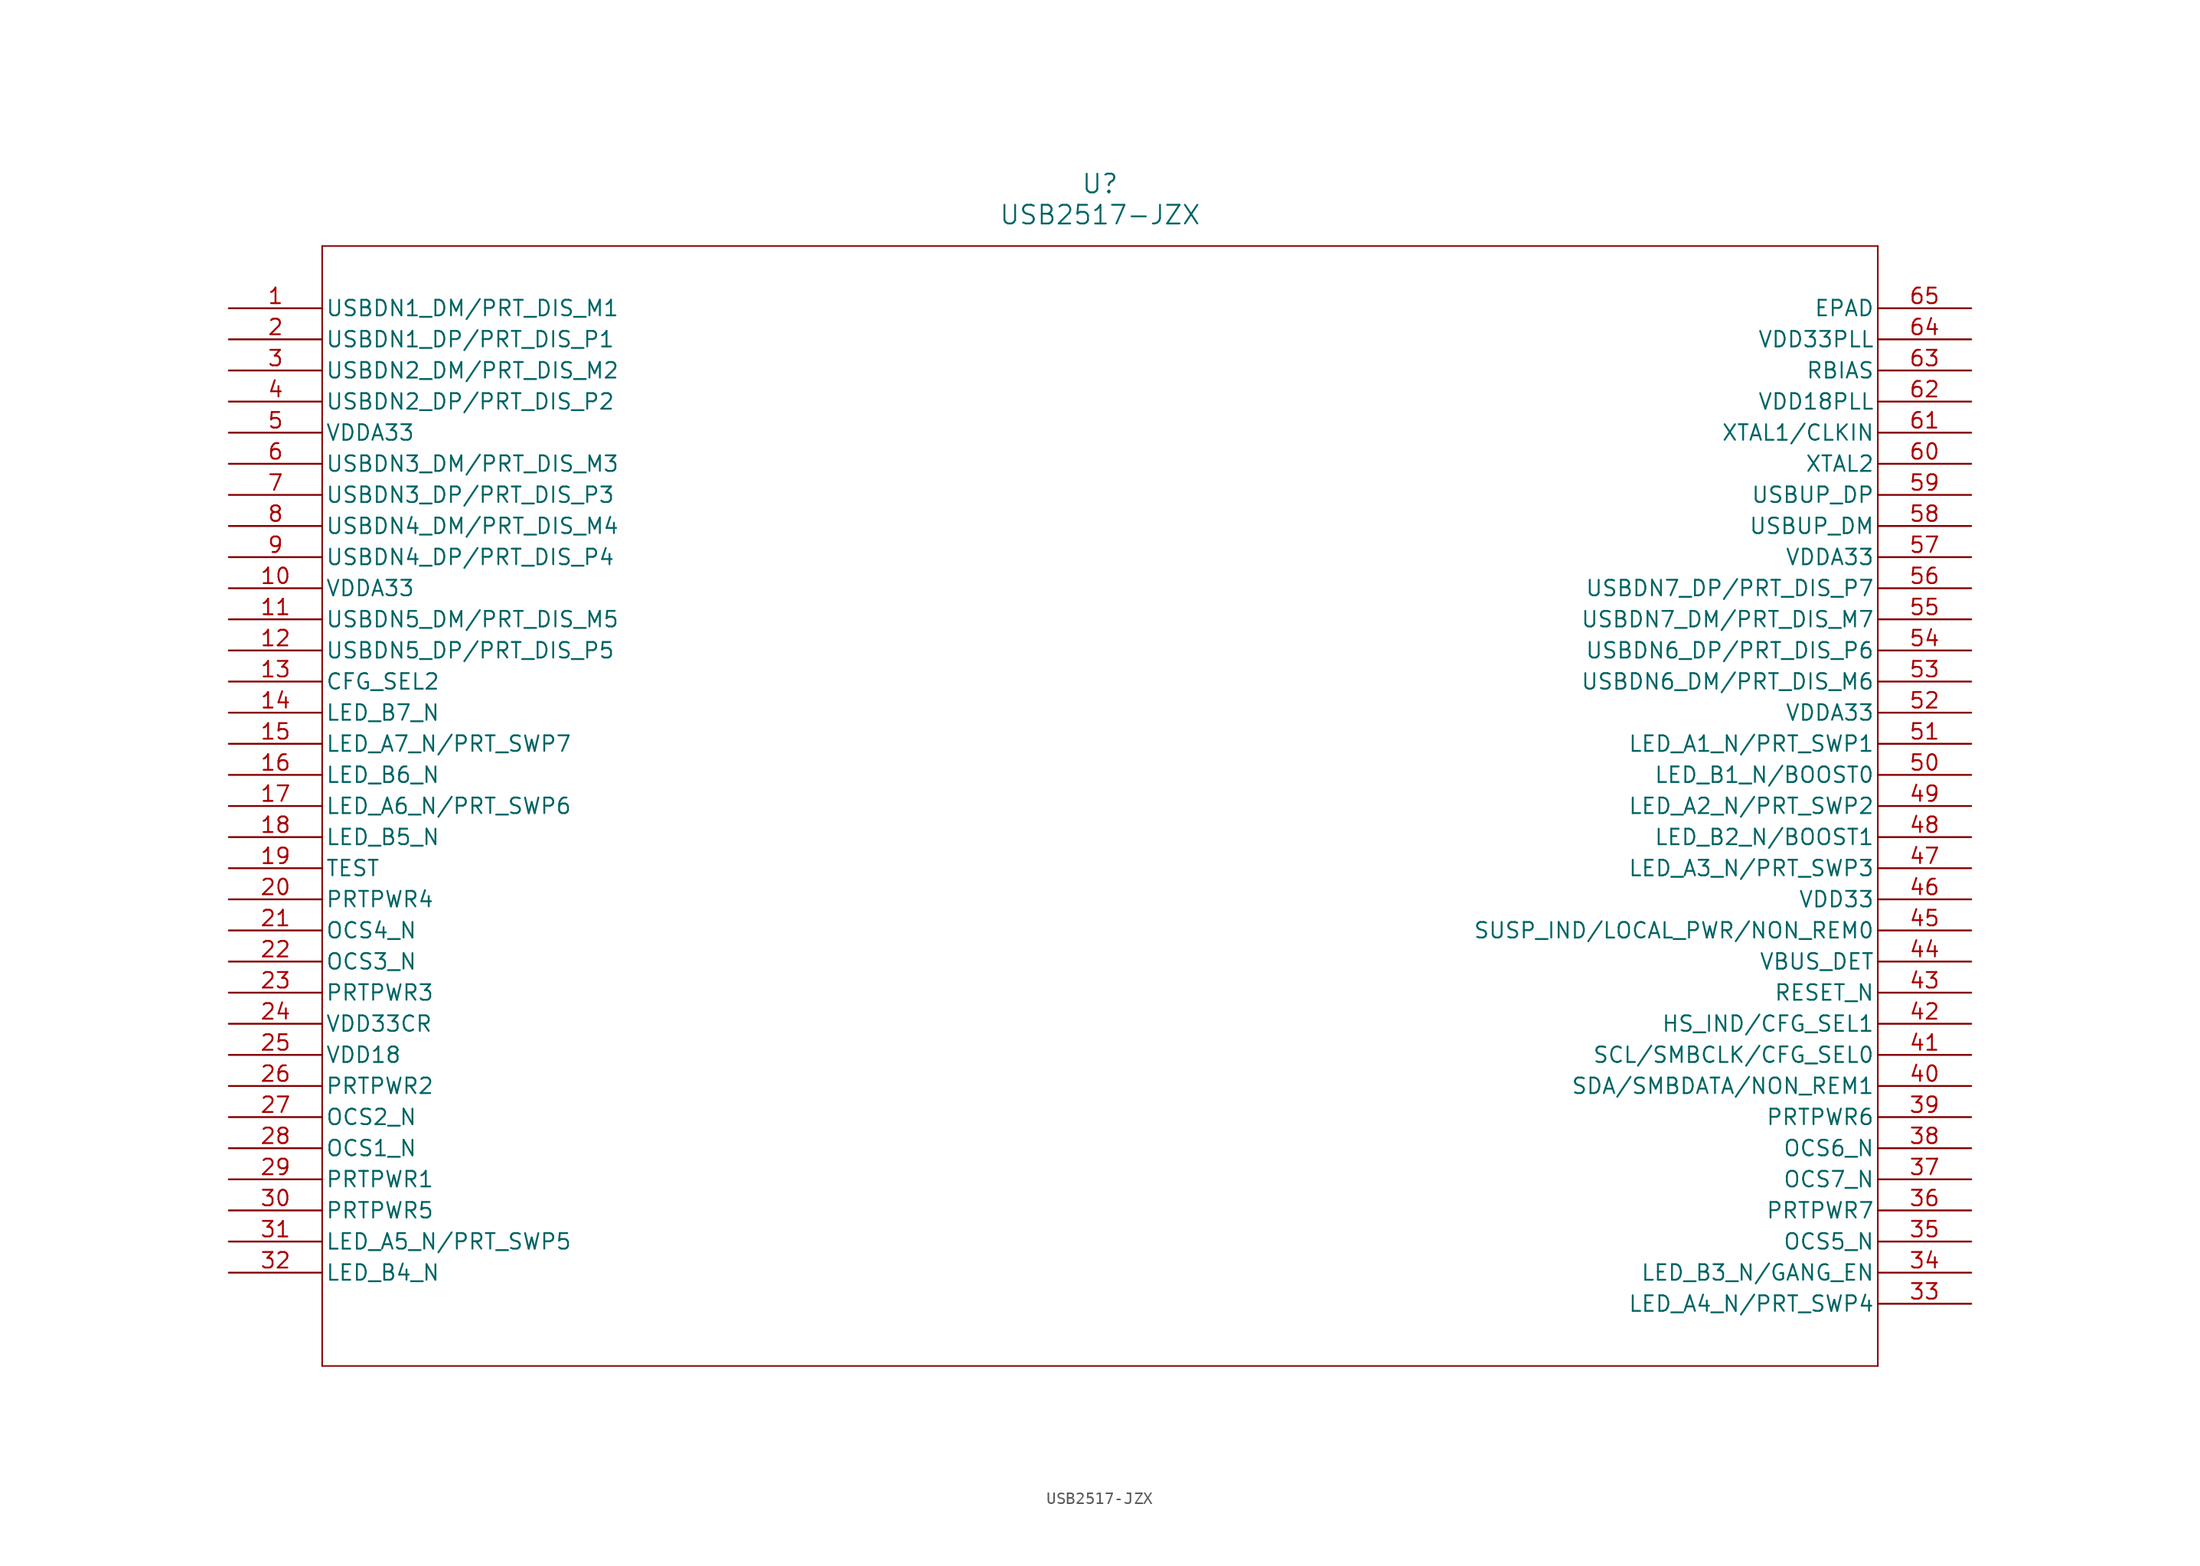
<source format=kicad_sym>
(kicad_symbol_lib
  (version 20220914)
  (generator kicad_symbol_editor)
  (symbol "USB2517-JZX"
    (pin_names
      (offset 0.254))
    (property "Reference" "U"
      (at 71.12 10.16 0)
      (effects (font (size 1.524 1.524))))
    (property "Value" "USB2517-JZX"
      (at 71.12 7.62 0)
      (effects (font (size 1.524 1.524))))
    (property "ki_locked" ""
      (at 0 0 0)
      (effects (font (size 1.27 1.27))))
    (symbol "USB2517-JZX_0_1"
      (polyline (pts (xy 7.62 -86.36) (xy 134.62 -86.36)) (stroke (width 0.127) (type default)) (fill (type none)))
      (polyline (pts (xy 7.62 5.08) (xy 7.62 -86.36)) (stroke (width 0.127) (type default)) (fill (type none)))
      (polyline (pts (xy 134.62 -86.36) (xy 134.62 5.08)) (stroke (width 0.127) (type default)) (fill (type none)))
      (polyline (pts (xy 134.62 5.08) (xy 7.62 5.08)) (stroke (width 0.127) (type default)) (fill (type none)))
      (pin bidirectional line (at 0 0 0) (length 7.62) (name "USBDN1_DM/PRT_DIS_M1" (effects (font (size 1.27 1.27)))) (number "1" (effects (font (size 1.27 1.27)))))
      (pin power_in line (at 0 -22.86 0) (length 7.62) (name "VDDA33" (effects (font (size 1.27 1.27)))) (number "10" (effects (font (size 1.27 1.27)))))
      (pin bidirectional line (at 0 -25.4 0) (length 7.62) (name "USBDN5_DM/PRT_DIS_M5" (effects (font (size 1.27 1.27)))) (number "11" (effects (font (size 1.27 1.27)))))
      (pin bidirectional line (at 0 -27.94 0) (length 7.62) (name "USBDN5_DP/PRT_DIS_P5" (effects (font (size 1.27 1.27)))) (number "12" (effects (font (size 1.27 1.27)))))
      (pin bidirectional line (at 0 -30.48 0) (length 7.62) (name "CFG_SEL2" (effects (font (size 1.27 1.27)))) (number "13" (effects (font (size 1.27 1.27)))))
      (pin bidirectional line (at 0 -33.02 0) (length 7.62) (name "LED_B7_N" (effects (font (size 1.27 1.27)))) (number "14" (effects (font (size 1.27 1.27)))))
      (pin bidirectional line (at 0 -35.56 0) (length 7.62) (name "LED_A7_N/PRT_SWP7" (effects (font (size 1.27 1.27)))) (number "15" (effects (font (size 1.27 1.27)))))
      (pin bidirectional line (at 0 -38.1 0) (length 7.62) (name "LED_B6_N" (effects (font (size 1.27 1.27)))) (number "16" (effects (font (size 1.27 1.27)))))
      (pin bidirectional line (at 0 -40.64 0) (length 7.62) (name "LED_A6_N/PRT_SWP6" (effects (font (size 1.27 1.27)))) (number "17" (effects (font (size 1.27 1.27)))))
      (pin bidirectional line (at 0 -43.18 0) (length 7.62) (name "LED_B5_N" (effects (font (size 1.27 1.27)))) (number "18" (effects (font (size 1.27 1.27)))))
      (pin bidirectional line (at 0 -45.72 0) (length 7.62) (name "TEST" (effects (font (size 1.27 1.27)))) (number "19" (effects (font (size 1.27 1.27)))))
      (pin bidirectional line (at 0 -2.54 0) (length 7.62) (name "USBDN1_DP/PRT_DIS_P1" (effects (font (size 1.27 1.27)))) (number "2" (effects (font (size 1.27 1.27)))))
      (pin bidirectional line (at 0 -48.26 0) (length 7.62) (name "PRTPWR4" (effects (font (size 1.27 1.27)))) (number "20" (effects (font (size 1.27 1.27)))))
      (pin bidirectional line (at 0 -50.8 0) (length 7.62) (name "OCS4_N" (effects (font (size 1.27 1.27)))) (number "21" (effects (font (size 1.27 1.27)))))
      (pin bidirectional line (at 0 -53.34 0) (length 7.62) (name "OCS3_N" (effects (font (size 1.27 1.27)))) (number "22" (effects (font (size 1.27 1.27)))))
      (pin bidirectional line (at 0 -55.88 0) (length 7.62) (name "PRTPWR3" (effects (font (size 1.27 1.27)))) (number "23" (effects (font (size 1.27 1.27)))))
      (pin power_in line (at 0 -58.42 0) (length 7.62) (name "VDD33CR" (effects (font (size 1.27 1.27)))) (number "24" (effects (font (size 1.27 1.27)))))
      (pin power_in line (at 0 -60.96 0) (length 7.62) (name "VDD18" (effects (font (size 1.27 1.27)))) (number "25" (effects (font (size 1.27 1.27)))))
      (pin bidirectional line (at 0 -63.5 0) (length 7.62) (name "PRTPWR2" (effects (font (size 1.27 1.27)))) (number "26" (effects (font (size 1.27 1.27)))))
      (pin bidirectional line (at 0 -66.04 0) (length 7.62) (name "OCS2_N" (effects (font (size 1.27 1.27)))) (number "27" (effects (font (size 1.27 1.27)))))
      (pin bidirectional line (at 0 -68.58 0) (length 7.62) (name "OCS1_N" (effects (font (size 1.27 1.27)))) (number "28" (effects (font (size 1.27 1.27)))))
      (pin bidirectional line (at 0 -71.12 0) (length 7.62) (name "PRTPWR1" (effects (font (size 1.27 1.27)))) (number "29" (effects (font (size 1.27 1.27)))))
      (pin bidirectional line (at 0 -5.08 0) (length 7.62) (name "USBDN2_DM/PRT_DIS_M2" (effects (font (size 1.27 1.27)))) (number "3" (effects (font (size 1.27 1.27)))))
      (pin bidirectional line (at 0 -73.66 0) (length 7.62) (name "PRTPWR5" (effects (font (size 1.27 1.27)))) (number "30" (effects (font (size 1.27 1.27)))))
      (pin bidirectional line (at 0 -76.2 0) (length 7.62) (name "LED_A5_N/PRT_SWP5" (effects (font (size 1.27 1.27)))) (number "31" (effects (font (size 1.27 1.27)))))
      (pin bidirectional line (at 0 -78.74 0) (length 7.62) (name "LED_B4_N" (effects (font (size 1.27 1.27)))) (number "32" (effects (font (size 1.27 1.27)))))
      (pin bidirectional line (at 142.24 -81.28 180) (length 7.62) (name "LED_A4_N/PRT_SWP4" (effects (font (size 1.27 1.27)))) (number "33" (effects (font (size 1.27 1.27)))))
      (pin bidirectional line (at 142.24 -78.74 180) (length 7.62) (name "LED_B3_N/GANG_EN" (effects (font (size 1.27 1.27)))) (number "34" (effects (font (size 1.27 1.27)))))
      (pin bidirectional line (at 142.24 -76.2 180) (length 7.62) (name "OCS5_N" (effects (font (size 1.27 1.27)))) (number "35" (effects (font (size 1.27 1.27)))))
      (pin bidirectional line (at 142.24 -73.66 180) (length 7.62) (name "PRTPWR7" (effects (font (size 1.27 1.27)))) (number "36" (effects (font (size 1.27 1.27)))))
      (pin bidirectional line (at 142.24 -71.12 180) (length 7.62) (name "OCS7_N" (effects (font (size 1.27 1.27)))) (number "37" (effects (font (size 1.27 1.27)))))
      (pin bidirectional line (at 142.24 -68.58 180) (length 7.62) (name "OCS6_N" (effects (font (size 1.27 1.27)))) (number "38" (effects (font (size 1.27 1.27)))))
      (pin bidirectional line (at 142.24 -66.04 180) (length 7.62) (name "PRTPWR6" (effects (font (size 1.27 1.27)))) (number "39" (effects (font (size 1.27 1.27)))))
      (pin bidirectional line (at 0 -7.62 0) (length 7.62) (name "USBDN2_DP/PRT_DIS_P2" (effects (font (size 1.27 1.27)))) (number "4" (effects (font (size 1.27 1.27)))))
      (pin bidirectional line (at 142.24 -63.5 180) (length 7.62) (name "SDA/SMBDATA/NON_REM1" (effects (font (size 1.27 1.27)))) (number "40" (effects (font (size 1.27 1.27)))))
      (pin bidirectional line (at 142.24 -60.96 180) (length 7.62) (name "SCL/SMBCLK/CFG_SEL0" (effects (font (size 1.27 1.27)))) (number "41" (effects (font (size 1.27 1.27)))))
      (pin bidirectional line (at 142.24 -58.42 180) (length 7.62) (name "HS_IND/CFG_SEL1" (effects (font (size 1.27 1.27)))) (number "42" (effects (font (size 1.27 1.27)))))
      (pin bidirectional line (at 142.24 -55.88 180) (length 7.62) (name "RESET_N" (effects (font (size 1.27 1.27)))) (number "43" (effects (font (size 1.27 1.27)))))
      (pin bidirectional line (at 142.24 -53.34 180) (length 7.62) (name "VBUS_DET" (effects (font (size 1.27 1.27)))) (number "44" (effects (font (size 1.27 1.27)))))
      (pin bidirectional line (at 142.24 -50.8 180) (length 7.62) (name "SUSP_IND/LOCAL_PWR/NON_REM0" (effects (font (size 1.27 1.27)))) (number "45" (effects (font (size 1.27 1.27)))))
      (pin power_in line (at 142.24 -48.26 180) (length 7.62) (name "VDD33" (effects (font (size 1.27 1.27)))) (number "46" (effects (font (size 1.27 1.27)))))
      (pin bidirectional line (at 142.24 -45.72 180) (length 7.62) (name "LED_A3_N/PRT_SWP3" (effects (font (size 1.27 1.27)))) (number "47" (effects (font (size 1.27 1.27)))))
      (pin bidirectional line (at 142.24 -43.18 180) (length 7.62) (name "LED_B2_N/BOOST1" (effects (font (size 1.27 1.27)))) (number "48" (effects (font (size 1.27 1.27)))))
      (pin bidirectional line (at 142.24 -40.64 180) (length 7.62) (name "LED_A2_N/PRT_SWP2" (effects (font (size 1.27 1.27)))) (number "49" (effects (font (size 1.27 1.27)))))
      (pin power_in line (at 0 -10.16 0) (length 7.62) (name "VDDA33" (effects (font (size 1.27 1.27)))) (number "5" (effects (font (size 1.27 1.27)))))
      (pin bidirectional line (at 142.24 -38.1 180) (length 7.62) (name "LED_B1_N/BOOST0" (effects (font (size 1.27 1.27)))) (number "50" (effects (font (size 1.27 1.27)))))
      (pin bidirectional line (at 142.24 -35.56 180) (length 7.62) (name "LED_A1_N/PRT_SWP1" (effects (font (size 1.27 1.27)))) (number "51" (effects (font (size 1.27 1.27)))))
      (pin power_in line (at 142.24 -33.02 180) (length 7.62) (name "VDDA33" (effects (font (size 1.27 1.27)))) (number "52" (effects (font (size 1.27 1.27)))))
      (pin bidirectional line (at 142.24 -30.48 180) (length 7.62) (name "USBDN6_DM/PRT_DIS_M6" (effects (font (size 1.27 1.27)))) (number "53" (effects (font (size 1.27 1.27)))))
      (pin bidirectional line (at 142.24 -27.94 180) (length 7.62) (name "USBDN6_DP/PRT_DIS_P6" (effects (font (size 1.27 1.27)))) (number "54" (effects (font (size 1.27 1.27)))))
      (pin bidirectional line (at 142.24 -25.4 180) (length 7.62) (name "USBDN7_DM/PRT_DIS_M7" (effects (font (size 1.27 1.27)))) (number "55" (effects (font (size 1.27 1.27)))))
      (pin bidirectional line (at 142.24 -22.86 180) (length 7.62) (name "USBDN7_DP/PRT_DIS_P7" (effects (font (size 1.27 1.27)))) (number "56" (effects (font (size 1.27 1.27)))))
      (pin power_in line (at 142.24 -20.32 180) (length 7.62) (name "VDDA33" (effects (font (size 1.27 1.27)))) (number "57" (effects (font (size 1.27 1.27)))))
      (pin bidirectional line (at 142.24 -17.78 180) (length 7.62) (name "USBUP_DM" (effects (font (size 1.27 1.27)))) (number "58" (effects (font (size 1.27 1.27)))))
      (pin bidirectional line (at 142.24 -15.24 180) (length 7.62) (name "USBUP_DP" (effects (font (size 1.27 1.27)))) (number "59" (effects (font (size 1.27 1.27)))))
      (pin bidirectional line (at 0 -12.7 0) (length 7.62) (name "USBDN3_DM/PRT_DIS_M3" (effects (font (size 1.27 1.27)))) (number "6" (effects (font (size 1.27 1.27)))))
      (pin bidirectional line (at 142.24 -12.7 180) (length 7.62) (name "XTAL2" (effects (font (size 1.27 1.27)))) (number "60" (effects (font (size 1.27 1.27)))))
      (pin bidirectional line (at 142.24 -10.16 180) (length 7.62) (name "XTAL1/CLKIN" (effects (font (size 1.27 1.27)))) (number "61" (effects (font (size 1.27 1.27)))))
      (pin power_in line (at 142.24 -7.62 180) (length 7.62) (name "VDD18PLL" (effects (font (size 1.27 1.27)))) (number "62" (effects (font (size 1.27 1.27)))))
      (pin bidirectional line (at 142.24 -5.08 180) (length 7.62) (name "RBIAS" (effects (font (size 1.27 1.27)))) (number "63" (effects (font (size 1.27 1.27)))))
      (pin power_in line (at 142.24 -2.54 180) (length 7.62) (name "VDD33PLL" (effects (font (size 1.27 1.27)))) (number "64" (effects (font (size 1.27 1.27)))))
      (pin unspecified line (at 142.24 0 180) (length 7.62) (name "EPAD" (effects (font (size 1.27 1.27)))) (number "65" (effects (font (size 1.27 1.27)))))
      (pin bidirectional line (at 0 -15.24 0) (length 7.62) (name "USBDN3_DP/PRT_DIS_P3" (effects (font (size 1.27 1.27)))) (number "7" (effects (font (size 1.27 1.27)))))
      (pin bidirectional line (at 0 -17.78 0) (length 7.62) (name "USBDN4_DM/PRT_DIS_M4" (effects (font (size 1.27 1.27)))) (number "8" (effects (font (size 1.27 1.27)))))
      (pin bidirectional line (at 0 -20.32 0) (length 7.62) (name "USBDN4_DP/PRT_DIS_P4" (effects (font (size 1.27 1.27)))) (number "9" (effects (font (size 1.27 1.27))))))))
</source>
